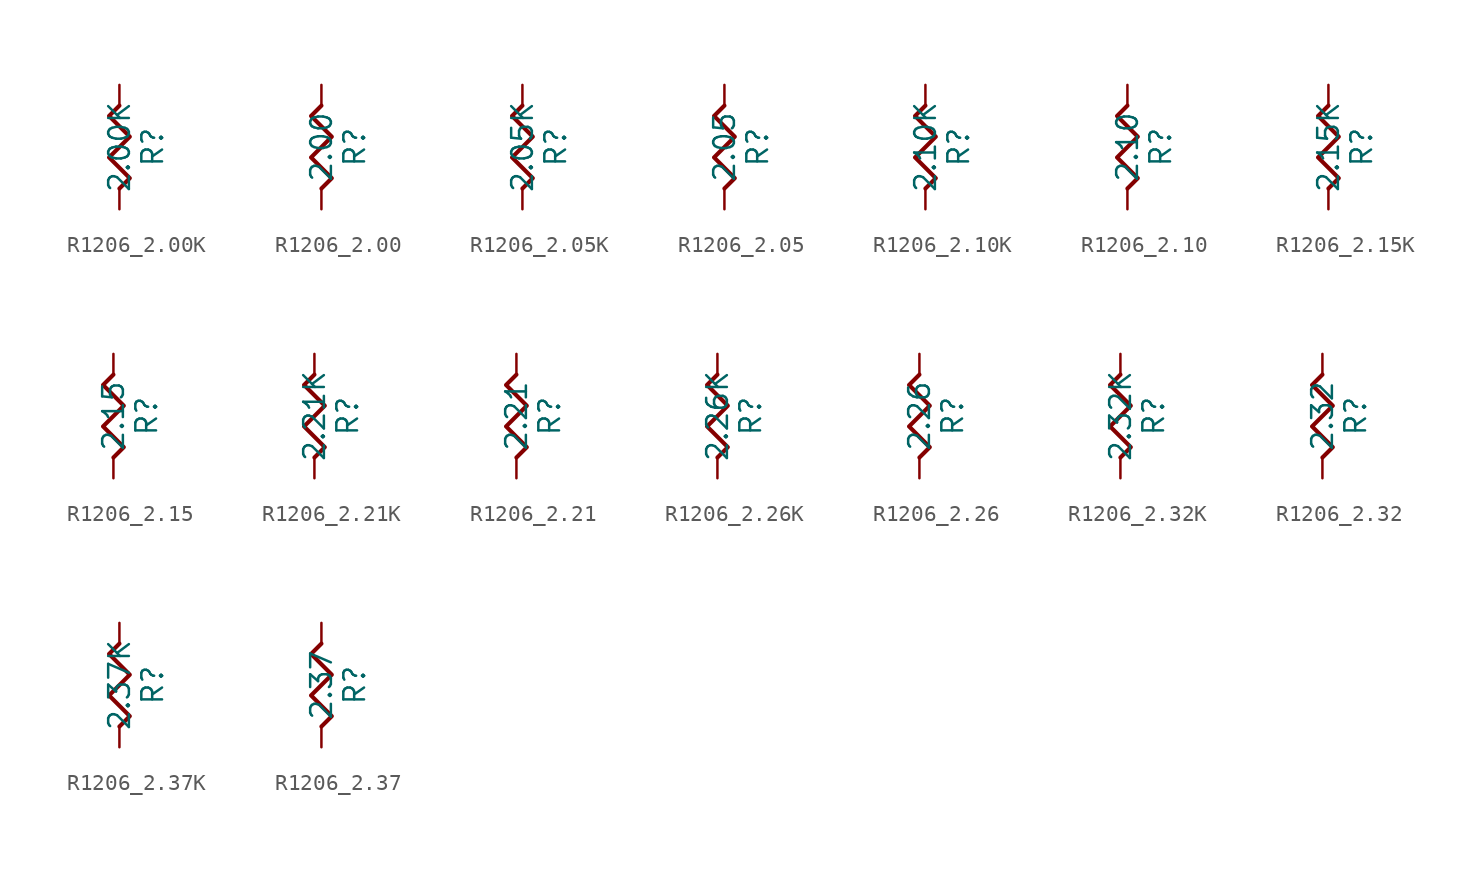
<source format=kicad_sym>
(kicad_symbol_lib
  (version 20211014)
  (generator atlantix-eda)
  (symbol "R1206_2.00K"
    (pin_numbers hide)
    (pin_names
      (offset 0))
    (property "Reference" "R"
      (at 2.032 0 90)
      (effects (font (size 1.27 1.27))))
    (property "Value" "2.00K"
      (at 0 0 90)
      (effects (font (size 1.27 1.27))))
    (symbol "R1206_2.00K_0_1"
      (polyline (pts (xy 0 -2.54) (xy 0.635 -1.905) (xy -0.635 -0.635) (xy 0.635 0.635) (xy -0.635 1.905) (xy 0 2.54)) (stroke (width 0.254) (type default) (color 0 0 0 0)) (fill (type none))))
    (symbol "R1206_2.00K_1_1"
      (pin passive line (at 0 3.81 270) (length 1.27) (name "~" (effects (font (size 1.27 1.27)))) (number "1" (effects (font (size 1.27 1.27)))))
      (pin passive line (at 0 -3.81 90) (length 1.27) (name "~" (effects (font (size 1.27 1.27)))) (number "2" (effects (font (size 1.27 1.27)))))))
  (symbol "R1206_2.00"
    (pin_numbers hide)
    (pin_names
      (offset 0))
    (property "Reference" "R"
      (at 2.032 0 90)
      (effects (font (size 1.27 1.27))))
    (property "Value" "2.00"
      (at 0 0 90)
      (effects (font (size 1.27 1.27))))
    (symbol "R1206_2.00_0_1"
      (polyline (pts (xy 0 -2.54) (xy 0.635 -1.905) (xy -0.635 -0.635) (xy 0.635 0.635) (xy -0.635 1.905) (xy 0 2.54)) (stroke (width 0.254) (type default) (color 0 0 0 0)) (fill (type none))))
    (symbol "R1206_2.00_1_1"
      (pin passive line (at 0 3.81 270) (length 1.27) (name "~" (effects (font (size 1.27 1.27)))) (number "1" (effects (font (size 1.27 1.27)))))
      (pin passive line (at 0 -3.81 90) (length 1.27) (name "~" (effects (font (size 1.27 1.27)))) (number "2" (effects (font (size 1.27 1.27)))))))
  (symbol "R1206_2.05K"
    (pin_numbers hide)
    (pin_names
      (offset 0))
    (property "Reference" "R"
      (at 2.032 0 90)
      (effects (font (size 1.27 1.27))))
    (property "Value" "2.05K"
      (at 0 0 90)
      (effects (font (size 1.27 1.27))))
    (symbol "R1206_2.05K_0_1"
      (polyline (pts (xy 0 -2.54) (xy 0.635 -1.905) (xy -0.635 -0.635) (xy 0.635 0.635) (xy -0.635 1.905) (xy 0 2.54)) (stroke (width 0.254) (type default) (color 0 0 0 0)) (fill (type none))))
    (symbol "R1206_2.05K_1_1"
      (pin passive line (at 0 3.81 270) (length 1.27) (name "~" (effects (font (size 1.27 1.27)))) (number "1" (effects (font (size 1.27 1.27)))))
      (pin passive line (at 0 -3.81 90) (length 1.27) (name "~" (effects (font (size 1.27 1.27)))) (number "2" (effects (font (size 1.27 1.27)))))))
  (symbol "R1206_2.05"
    (pin_numbers hide)
    (pin_names
      (offset 0))
    (property "Reference" "R"
      (at 2.032 0 90)
      (effects (font (size 1.27 1.27))))
    (property "Value" "2.05"
      (at 0 0 90)
      (effects (font (size 1.27 1.27))))
    (symbol "R1206_2.05_0_1"
      (polyline (pts (xy 0 -2.54) (xy 0.635 -1.905) (xy -0.635 -0.635) (xy 0.635 0.635) (xy -0.635 1.905) (xy 0 2.54)) (stroke (width 0.254) (type default) (color 0 0 0 0)) (fill (type none))))
    (symbol "R1206_2.05_1_1"
      (pin passive line (at 0 3.81 270) (length 1.27) (name "~" (effects (font (size 1.27 1.27)))) (number "1" (effects (font (size 1.27 1.27)))))
      (pin passive line (at 0 -3.81 90) (length 1.27) (name "~" (effects (font (size 1.27 1.27)))) (number "2" (effects (font (size 1.27 1.27)))))))
  (symbol "R1206_2.10K"
    (pin_numbers hide)
    (pin_names
      (offset 0))
    (property "Reference" "R"
      (at 2.032 0 90)
      (effects (font (size 1.27 1.27))))
    (property "Value" "2.10K"
      (at 0 0 90)
      (effects (font (size 1.27 1.27))))
    (symbol "R1206_2.10K_0_1"
      (polyline (pts (xy 0 -2.54) (xy 0.635 -1.905) (xy -0.635 -0.635) (xy 0.635 0.635) (xy -0.635 1.905) (xy 0 2.54)) (stroke (width 0.254) (type default) (color 0 0 0 0)) (fill (type none))))
    (symbol "R1206_2.10K_1_1"
      (pin passive line (at 0 3.81 270) (length 1.27) (name "~" (effects (font (size 1.27 1.27)))) (number "1" (effects (font (size 1.27 1.27)))))
      (pin passive line (at 0 -3.81 90) (length 1.27) (name "~" (effects (font (size 1.27 1.27)))) (number "2" (effects (font (size 1.27 1.27)))))))
  (symbol "R1206_2.10"
    (pin_numbers hide)
    (pin_names
      (offset 0))
    (property "Reference" "R"
      (at 2.032 0 90)
      (effects (font (size 1.27 1.27))))
    (property "Value" "2.10"
      (at 0 0 90)
      (effects (font (size 1.27 1.27))))
    (symbol "R1206_2.10_0_1"
      (polyline (pts (xy 0 -2.54) (xy 0.635 -1.905) (xy -0.635 -0.635) (xy 0.635 0.635) (xy -0.635 1.905) (xy 0 2.54)) (stroke (width 0.254) (type default) (color 0 0 0 0)) (fill (type none))))
    (symbol "R1206_2.10_1_1"
      (pin passive line (at 0 3.81 270) (length 1.27) (name "~" (effects (font (size 1.27 1.27)))) (number "1" (effects (font (size 1.27 1.27)))))
      (pin passive line (at 0 -3.81 90) (length 1.27) (name "~" (effects (font (size 1.27 1.27)))) (number "2" (effects (font (size 1.27 1.27)))))))
  (symbol "R1206_2.15K"
    (pin_numbers hide)
    (pin_names
      (offset 0))
    (property "Reference" "R"
      (at 2.032 0 90)
      (effects (font (size 1.27 1.27))))
    (property "Value" "2.15K"
      (at 0 0 90)
      (effects (font (size 1.27 1.27))))
    (symbol "R1206_2.15K_0_1"
      (polyline (pts (xy 0 -2.54) (xy 0.635 -1.905) (xy -0.635 -0.635) (xy 0.635 0.635) (xy -0.635 1.905) (xy 0 2.54)) (stroke (width 0.254) (type default) (color 0 0 0 0)) (fill (type none))))
    (symbol "R1206_2.15K_1_1"
      (pin passive line (at 0 3.81 270) (length 1.27) (name "~" (effects (font (size 1.27 1.27)))) (number "1" (effects (font (size 1.27 1.27)))))
      (pin passive line (at 0 -3.81 90) (length 1.27) (name "~" (effects (font (size 1.27 1.27)))) (number "2" (effects (font (size 1.27 1.27)))))))
  (symbol "R1206_2.15"
    (pin_numbers hide)
    (pin_names
      (offset 0))
    (property "Reference" "R"
      (at 2.032 0 90)
      (effects (font (size 1.27 1.27))))
    (property "Value" "2.15"
      (at 0 0 90)
      (effects (font (size 1.27 1.27))))
    (symbol "R1206_2.15_0_1"
      (polyline (pts (xy 0 -2.54) (xy 0.635 -1.905) (xy -0.635 -0.635) (xy 0.635 0.635) (xy -0.635 1.905) (xy 0 2.54)) (stroke (width 0.254) (type default) (color 0 0 0 0)) (fill (type none))))
    (symbol "R1206_2.15_1_1"
      (pin passive line (at 0 3.81 270) (length 1.27) (name "~" (effects (font (size 1.27 1.27)))) (number "1" (effects (font (size 1.27 1.27)))))
      (pin passive line (at 0 -3.81 90) (length 1.27) (name "~" (effects (font (size 1.27 1.27)))) (number "2" (effects (font (size 1.27 1.27)))))))
  (symbol "R1206_2.21K"
    (pin_numbers hide)
    (pin_names
      (offset 0))
    (property "Reference" "R"
      (at 2.032 0 90)
      (effects (font (size 1.27 1.27))))
    (property "Value" "2.21K"
      (at 0 0 90)
      (effects (font (size 1.27 1.27))))
    (symbol "R1206_2.21K_0_1"
      (polyline (pts (xy 0 -2.54) (xy 0.635 -1.905) (xy -0.635 -0.635) (xy 0.635 0.635) (xy -0.635 1.905) (xy 0 2.54)) (stroke (width 0.254) (type default) (color 0 0 0 0)) (fill (type none))))
    (symbol "R1206_2.21K_1_1"
      (pin passive line (at 0 3.81 270) (length 1.27) (name "~" (effects (font (size 1.27 1.27)))) (number "1" (effects (font (size 1.27 1.27)))))
      (pin passive line (at 0 -3.81 90) (length 1.27) (name "~" (effects (font (size 1.27 1.27)))) (number "2" (effects (font (size 1.27 1.27)))))))
  (symbol "R1206_2.21"
    (pin_numbers hide)
    (pin_names
      (offset 0))
    (property "Reference" "R"
      (at 2.032 0 90)
      (effects (font (size 1.27 1.27))))
    (property "Value" "2.21"
      (at 0 0 90)
      (effects (font (size 1.27 1.27))))
    (symbol "R1206_2.21_0_1"
      (polyline (pts (xy 0 -2.54) (xy 0.635 -1.905) (xy -0.635 -0.635) (xy 0.635 0.635) (xy -0.635 1.905) (xy 0 2.54)) (stroke (width 0.254) (type default) (color 0 0 0 0)) (fill (type none))))
    (symbol "R1206_2.21_1_1"
      (pin passive line (at 0 3.81 270) (length 1.27) (name "~" (effects (font (size 1.27 1.27)))) (number "1" (effects (font (size 1.27 1.27)))))
      (pin passive line (at 0 -3.81 90) (length 1.27) (name "~" (effects (font (size 1.27 1.27)))) (number "2" (effects (font (size 1.27 1.27)))))))
  (symbol "R1206_2.26K"
    (pin_numbers hide)
    (pin_names
      (offset 0))
    (property "Reference" "R"
      (at 2.032 0 90)
      (effects (font (size 1.27 1.27))))
    (property "Value" "2.26K"
      (at 0 0 90)
      (effects (font (size 1.27 1.27))))
    (symbol "R1206_2.26K_0_1"
      (polyline (pts (xy 0 -2.54) (xy 0.635 -1.905) (xy -0.635 -0.635) (xy 0.635 0.635) (xy -0.635 1.905) (xy 0 2.54)) (stroke (width 0.254) (type default) (color 0 0 0 0)) (fill (type none))))
    (symbol "R1206_2.26K_1_1"
      (pin passive line (at 0 3.81 270) (length 1.27) (name "~" (effects (font (size 1.27 1.27)))) (number "1" (effects (font (size 1.27 1.27)))))
      (pin passive line (at 0 -3.81 90) (length 1.27) (name "~" (effects (font (size 1.27 1.27)))) (number "2" (effects (font (size 1.27 1.27)))))))
  (symbol "R1206_2.26"
    (pin_numbers hide)
    (pin_names
      (offset 0))
    (property "Reference" "R"
      (at 2.032 0 90)
      (effects (font (size 1.27 1.27))))
    (property "Value" "2.26"
      (at 0 0 90)
      (effects (font (size 1.27 1.27))))
    (symbol "R1206_2.26_0_1"
      (polyline (pts (xy 0 -2.54) (xy 0.635 -1.905) (xy -0.635 -0.635) (xy 0.635 0.635) (xy -0.635 1.905) (xy 0 2.54)) (stroke (width 0.254) (type default) (color 0 0 0 0)) (fill (type none))))
    (symbol "R1206_2.26_1_1"
      (pin passive line (at 0 3.81 270) (length 1.27) (name "~" (effects (font (size 1.27 1.27)))) (number "1" (effects (font (size 1.27 1.27)))))
      (pin passive line (at 0 -3.81 90) (length 1.27) (name "~" (effects (font (size 1.27 1.27)))) (number "2" (effects (font (size 1.27 1.27)))))))
  (symbol "R1206_2.32K"
    (pin_numbers hide)
    (pin_names
      (offset 0))
    (property "Reference" "R"
      (at 2.032 0 90)
      (effects (font (size 1.27 1.27))))
    (property "Value" "2.32K"
      (at 0 0 90)
      (effects (font (size 1.27 1.27))))
    (symbol "R1206_2.32K_0_1"
      (polyline (pts (xy 0 -2.54) (xy 0.635 -1.905) (xy -0.635 -0.635) (xy 0.635 0.635) (xy -0.635 1.905) (xy 0 2.54)) (stroke (width 0.254) (type default) (color 0 0 0 0)) (fill (type none))))
    (symbol "R1206_2.32K_1_1"
      (pin passive line (at 0 3.81 270) (length 1.27) (name "~" (effects (font (size 1.27 1.27)))) (number "1" (effects (font (size 1.27 1.27)))))
      (pin passive line (at 0 -3.81 90) (length 1.27) (name "~" (effects (font (size 1.27 1.27)))) (number "2" (effects (font (size 1.27 1.27)))))))
  (symbol "R1206_2.32"
    (pin_numbers hide)
    (pin_names
      (offset 0))
    (property "Reference" "R"
      (at 2.032 0 90)
      (effects (font (size 1.27 1.27))))
    (property "Value" "2.32"
      (at 0 0 90)
      (effects (font (size 1.27 1.27))))
    (symbol "R1206_2.32_0_1"
      (polyline (pts (xy 0 -2.54) (xy 0.635 -1.905) (xy -0.635 -0.635) (xy 0.635 0.635) (xy -0.635 1.905) (xy 0 2.54)) (stroke (width 0.254) (type default) (color 0 0 0 0)) (fill (type none))))
    (symbol "R1206_2.32_1_1"
      (pin passive line (at 0 3.81 270) (length 1.27) (name "~" (effects (font (size 1.27 1.27)))) (number "1" (effects (font (size 1.27 1.27)))))
      (pin passive line (at 0 -3.81 90) (length 1.27) (name "~" (effects (font (size 1.27 1.27)))) (number "2" (effects (font (size 1.27 1.27)))))))
  (symbol "R1206_2.37K"
    (pin_numbers hide)
    (pin_names
      (offset 0))
    (property "Reference" "R"
      (at 2.032 0 90)
      (effects (font (size 1.27 1.27))))
    (property "Value" "2.37K"
      (at 0 0 90)
      (effects (font (size 1.27 1.27))))
    (symbol "R1206_2.37K_0_1"
      (polyline (pts (xy 0 -2.54) (xy 0.635 -1.905) (xy -0.635 -0.635) (xy 0.635 0.635) (xy -0.635 1.905) (xy 0 2.54)) (stroke (width 0.254) (type default) (color 0 0 0 0)) (fill (type none))))
    (symbol "R1206_2.37K_1_1"
      (pin passive line (at 0 3.81 270) (length 1.27) (name "~" (effects (font (size 1.27 1.27)))) (number "1" (effects (font (size 1.27 1.27)))))
      (pin passive line (at 0 -3.81 90) (length 1.27) (name "~" (effects (font (size 1.27 1.27)))) (number "2" (effects (font (size 1.27 1.27)))))))
  (symbol "R1206_2.37"
    (pin_numbers hide)
    (pin_names
      (offset 0))
    (property "Reference" "R"
      (at 2.032 0 90)
      (effects (font (size 1.27 1.27))))
    (property "Value" "2.37"
      (at 0 0 90)
      (effects (font (size 1.27 1.27))))
    (symbol "R1206_2.37_0_1"
      (polyline (pts (xy 0 -2.54) (xy 0.635 -1.905) (xy -0.635 -0.635) (xy 0.635 0.635) (xy -0.635 1.905) (xy 0 2.54)) (stroke (width 0.254) (type default) (color 0 0 0 0)) (fill (type none))))
    (symbol "R1206_2.37_1_1"
      (pin passive line (at 0 3.81 270) (length 1.27) (name "~" (effects (font (size 1.27 1.27)))) (number "1" (effects (font (size 1.27 1.27)))))
      (pin passive line (at 0 -3.81 90) (length 1.27) (name "~" (effects (font (size 1.27 1.27)))) (number "2" (effects (font (size 1.27 1.27))))))))
</source>
